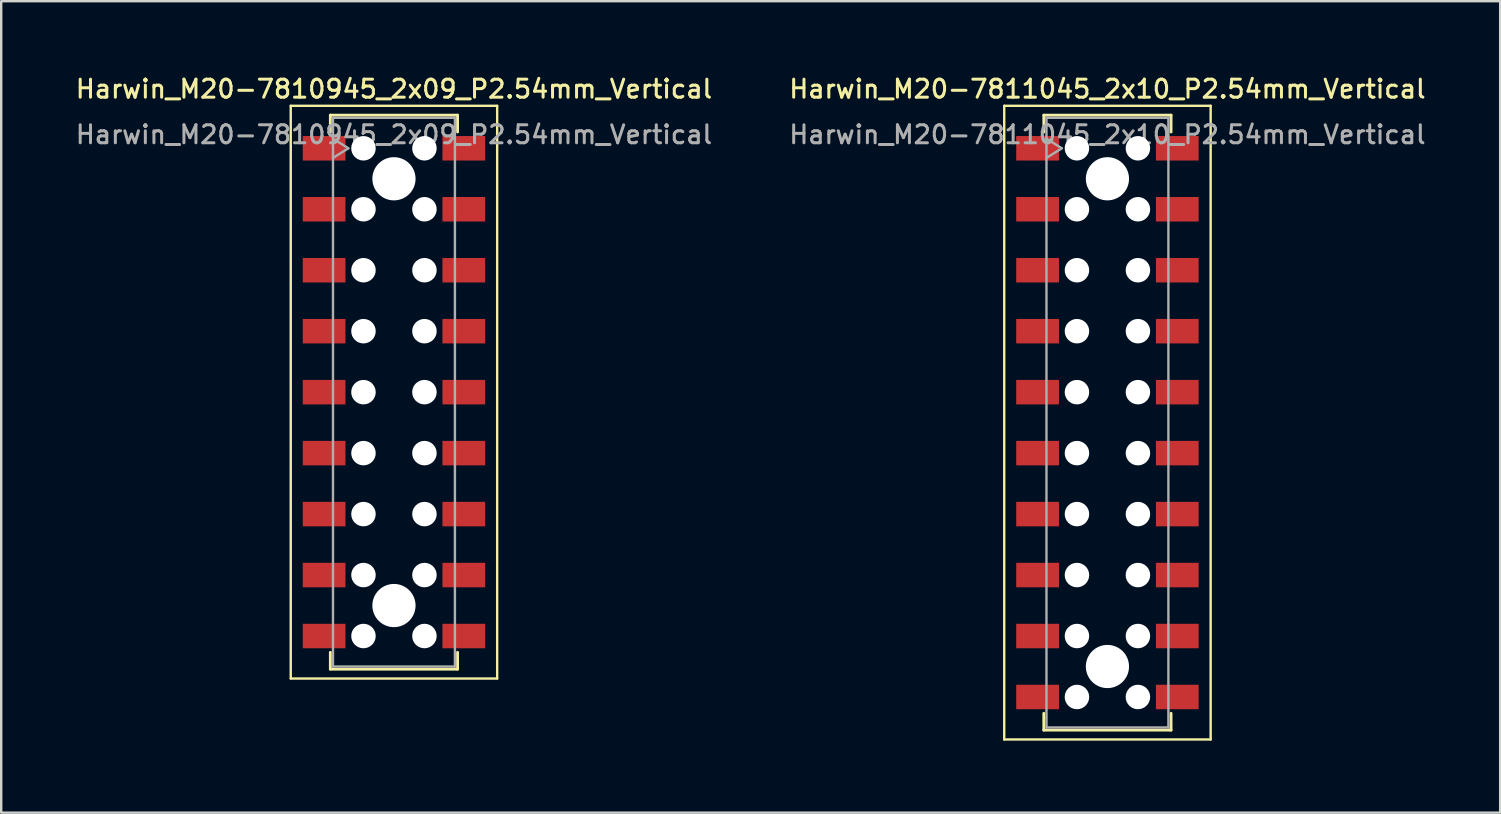
<source format=kicad_pcb>
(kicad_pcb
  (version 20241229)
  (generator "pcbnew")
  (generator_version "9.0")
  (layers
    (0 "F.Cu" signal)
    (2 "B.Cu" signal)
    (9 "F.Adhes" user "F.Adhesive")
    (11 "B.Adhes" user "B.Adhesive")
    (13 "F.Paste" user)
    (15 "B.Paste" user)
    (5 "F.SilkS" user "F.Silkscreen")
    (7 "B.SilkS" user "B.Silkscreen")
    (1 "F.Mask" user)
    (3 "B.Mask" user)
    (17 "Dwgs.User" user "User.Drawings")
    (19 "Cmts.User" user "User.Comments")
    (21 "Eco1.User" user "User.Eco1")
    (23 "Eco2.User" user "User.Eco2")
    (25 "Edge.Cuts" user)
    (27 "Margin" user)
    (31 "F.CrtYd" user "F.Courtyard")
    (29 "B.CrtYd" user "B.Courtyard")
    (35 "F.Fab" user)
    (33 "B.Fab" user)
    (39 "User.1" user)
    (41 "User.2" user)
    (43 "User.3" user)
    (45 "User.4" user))
  (footprint "Harwin_M20-7811045_2x10_P2.54mm_Vertical"
    (layer "F.Cu")
    (at 43.088 14.558)
    (property "Reference" "Harwin_M20-7811045_2x10_P2.54mm_Vertical" (at 0 -13.9 0) (layer "F.SilkS") (effects (font (size 0.75 0.75) (thickness 0.125))))
    (attr smd)
    (fp_line (start -4.3 -13.2) (end 4.3 -13.2) (stroke (width 0.1) (type solid)) (layer "F.SilkS"))
    (fp_line (start -4.3 13.2) (end -4.3 -13.2) (stroke (width 0.1) (type solid)) (layer "F.SilkS"))
    (fp_line (start -2.65 -12.81) (end 2.65 -12.81) (stroke (width 0.12) (type solid)) (layer "F.SilkS"))
    (fp_line (start -2.65 -12.11) (end -2.65 -12.81) (stroke (width 0.12) (type solid)) (layer "F.SilkS"))
    (fp_line (start -2.65 12.11) (end -2.65 12.81) (stroke (width 0.12) (type solid)) (layer "F.SilkS"))
    (fp_line (start -2.65 12.81) (end 2.65 12.81) (stroke (width 0.12) (type solid)) (layer "F.SilkS"))
    (fp_line (start 2.65 -12.81) (end 2.65 -12.11) (stroke (width 0.12) (type solid)) (layer "F.SilkS"))
    (fp_line (start 2.65 12.81) (end 2.65 12.11) (stroke (width 0.12) (type solid)) (layer "F.SilkS"))
    (fp_line (start 4.3 -13.2) (end 4.3 13.2) (stroke (width 0.1) (type solid)) (layer "F.SilkS"))
    (fp_line (start 4.3 13.2) (end -4.3 13.2) (stroke (width 0.1) (type solid)) (layer "F.SilkS"))
    (fp_line (start -2.54 -12.7) (end 2.54 -12.7) (stroke (width 0.1) (type solid)) (layer "F.Fab"))
    (fp_line (start -2.54 -11.83) (end -1.9 -11.43) (stroke (width 0.1) (type solid)) (layer "F.Fab"))
    (fp_line (start -2.54 12.7) (end -2.54 -12.7) (stroke (width 0.1) (type solid)) (layer "F.Fab"))
    (fp_line (start -1.9 -11.43) (end -2.54 -11.03) (stroke (width 0.1) (type solid)) (layer "F.Fab"))
    (fp_line (start 2.54 -12.7) (end 2.54 12.7) (stroke (width 0.1) (type solid)) (layer "F.Fab"))
    (fp_line (start 2.54 12.7) (end -2.54 12.7) (stroke (width 0.1) (type solid)) (layer "F.Fab"))
    (fp_text user "${REFERENCE}" (at 0 -12 0) (layer "F.Fab") (effects (font (size 0.75 0.75) (thickness 0.125))))
    (pad "" np_thru_hole circle (at -1.27 -11.43) (size 1.02 1.02) (drill 1.02) (layers "*.Cu" "*.Mask"))
    (pad "" np_thru_hole circle (at -1.27 -8.89) (size 1.02 1.02) (drill 1.02) (layers "*.Cu" "*.Mask"))
    (pad "" np_thru_hole circle (at -1.27 -6.35) (size 1.02 1.02) (drill 1.02) (layers "*.Cu" "*.Mask"))
    (pad "" np_thru_hole circle (at -1.27 -3.81) (size 1.02 1.02) (drill 1.02) (layers "*.Cu" "*.Mask"))
    (pad "" np_thru_hole circle (at -1.27 -1.27) (size 1.02 1.02) (drill 1.02) (layers "*.Cu" "*.Mask"))
    (pad "" np_thru_hole circle (at -1.27 1.27) (size 1.02 1.02) (drill 1.02) (layers "*.Cu" "*.Mask"))
    (pad "" np_thru_hole circle (at -1.27 3.81) (size 1.02 1.02) (drill 1.02) (layers "*.Cu" "*.Mask"))
    (pad "" np_thru_hole circle (at -1.27 6.35) (size 1.02 1.02) (drill 1.02) (layers "*.Cu" "*.Mask"))
    (pad "" np_thru_hole circle (at -1.27 8.89) (size 1.02 1.02) (drill 1.02) (layers "*.Cu" "*.Mask"))
    (pad "" np_thru_hole circle (at -1.27 11.43) (size 1.02 1.02) (drill 1.02) (layers "*.Cu" "*.Mask"))
    (pad "" np_thru_hole circle (at 0 -10.16) (size 1.8 1.8) (drill 1.8) (layers "*.Cu" "*.Mask"))
    (pad "" np_thru_hole circle (at 0 10.16) (size 1.8 1.8) (drill 1.8) (layers "*.Cu" "*.Mask"))
    (pad "" np_thru_hole circle (at 1.27 -11.43) (size 1.02 1.02) (drill 1.02) (layers "*.Cu" "*.Mask"))
    (pad "" np_thru_hole circle (at 1.27 -8.89) (size 1.02 1.02) (drill 1.02) (layers "*.Cu" "*.Mask"))
    (pad "" np_thru_hole circle (at 1.27 -6.35) (size 1.02 1.02) (drill 1.02) (layers "*.Cu" "*.Mask"))
    (pad "" np_thru_hole circle (at 1.27 -3.81) (size 1.02 1.02) (drill 1.02) (layers "*.Cu" "*.Mask"))
    (pad "" np_thru_hole circle (at 1.27 -1.27) (size 1.02 1.02) (drill 1.02) (layers "*.Cu" "*.Mask"))
    (pad "" np_thru_hole circle (at 1.27 1.27) (size 1.02 1.02) (drill 1.02) (layers "*.Cu" "*.Mask"))
    (pad "" np_thru_hole circle (at 1.27 3.81) (size 1.02 1.02) (drill 1.02) (layers "*.Cu" "*.Mask"))
    (pad "" np_thru_hole circle (at 1.27 6.35) (size 1.02 1.02) (drill 1.02) (layers "*.Cu" "*.Mask"))
    (pad "" np_thru_hole circle (at 1.27 8.89) (size 1.02 1.02) (drill 1.02) (layers "*.Cu" "*.Mask"))
    (pad "" np_thru_hole circle (at 1.27 11.43) (size 1.02 1.02) (drill 1.02) (layers "*.Cu" "*.Mask"))
    (pad "1" smd rect (at -2.91 -11.43) (size 1.78 1.02) (layers "F.Cu" "F.Mask" "F.Paste"))
    (pad "2" smd rect (at -2.91 -8.89) (size 1.78 1.02) (layers "F.Cu" "F.Mask" "F.Paste"))
    (pad "3" smd rect (at -2.91 -6.35) (size 1.78 1.02) (layers "F.Cu" "F.Mask" "F.Paste"))
    (pad "4" smd rect (at -2.91 -3.81) (size 1.78 1.02) (layers "F.Cu" "F.Mask" "F.Paste"))
    (pad "5" smd rect (at -2.91 -1.27) (size 1.78 1.02) (layers "F.Cu" "F.Mask" "F.Paste"))
    (pad "6" smd rect (at -2.91 1.27) (size 1.78 1.02) (layers "F.Cu" "F.Mask" "F.Paste"))
    (pad "7" smd rect (at -2.91 3.81) (size 1.78 1.02) (layers "F.Cu" "F.Mask" "F.Paste"))
    (pad "8" smd rect (at -2.91 6.35) (size 1.78 1.02) (layers "F.Cu" "F.Mask" "F.Paste"))
    (pad "9" smd rect (at -2.91 8.89) (size 1.78 1.02) (layers "F.Cu" "F.Mask" "F.Paste"))
    (pad "10" smd rect (at -2.91 11.43) (size 1.78 1.02) (layers "F.Cu" "F.Mask" "F.Paste"))
    (pad "11" smd rect (at 2.91 -11.43) (size 1.78 1.02) (layers "F.Cu" "F.Mask" "F.Paste"))
    (pad "12" smd rect (at 2.91 -8.89) (size 1.78 1.02) (layers "F.Cu" "F.Mask" "F.Paste"))
    (pad "13" smd rect (at 2.91 -6.35) (size 1.78 1.02) (layers "F.Cu" "F.Mask" "F.Paste"))
    (pad "14" smd rect (at 2.91 -3.81) (size 1.78 1.02) (layers "F.Cu" "F.Mask" "F.Paste"))
    (pad "15" smd rect (at 2.91 -1.27) (size 1.78 1.02) (layers "F.Cu" "F.Mask" "F.Paste"))
    (pad "16" smd rect (at 2.91 1.27) (size 1.78 1.02) (layers "F.Cu" "F.Mask" "F.Paste"))
    (pad "17" smd rect (at 2.91 3.81) (size 1.78 1.02) (layers "F.Cu" "F.Mask" "F.Paste"))
    (pad "18" smd rect (at 2.91 6.35) (size 1.78 1.02) (layers "F.Cu" "F.Mask" "F.Paste"))
    (pad "19" smd rect (at 2.91 8.89) (size 1.78 1.02) (layers "F.Cu" "F.Mask" "F.Paste"))
    (pad "20" smd rect (at 2.91 11.43) (size 1.78 1.02) (layers "F.Cu" "F.Mask" "F.Paste")))
  (footprint "Harwin_M20-7810945_2x09_P2.54mm_Vertical"
    (layer "F.Cu")
    (at 13.363 13.288)
    (property "Reference" "Harwin_M20-7810945_2x09_P2.54mm_Vertical" (at 0 -12.63 0) (layer "F.SilkS") (effects (font (size 0.75 0.75) (thickness 0.125))))
    (attr smd)
    (fp_line (start -4.3 -11.93) (end 4.3 -11.93) (stroke (width 0.1) (type solid)) (layer "F.SilkS"))
    (fp_line (start -4.3 11.93) (end -4.3 -11.93) (stroke (width 0.1) (type solid)) (layer "F.SilkS"))
    (fp_line (start -2.65 -11.54) (end 2.65 -11.54) (stroke (width 0.12) (type solid)) (layer "F.SilkS"))
    (fp_line (start -2.65 -10.84) (end -2.65 -11.54) (stroke (width 0.12) (type solid)) (layer "F.SilkS"))
    (fp_line (start -2.65 10.84) (end -2.65 11.54) (stroke (width 0.12) (type solid)) (layer "F.SilkS"))
    (fp_line (start -2.65 11.54) (end 2.65 11.54) (stroke (width 0.12) (type solid)) (layer "F.SilkS"))
    (fp_line (start 2.65 -11.54) (end 2.65 -10.84) (stroke (width 0.12) (type solid)) (layer "F.SilkS"))
    (fp_line (start 2.65 11.54) (end 2.65 10.84) (stroke (width 0.12) (type solid)) (layer "F.SilkS"))
    (fp_line (start 4.3 -11.93) (end 4.3 11.93) (stroke (width 0.1) (type solid)) (layer "F.SilkS"))
    (fp_line (start 4.3 11.93) (end -4.3 11.93) (stroke (width 0.1) (type solid)) (layer "F.SilkS"))
    (fp_line (start -2.54 -11.43) (end 2.54 -11.43) (stroke (width 0.1) (type solid)) (layer "F.Fab"))
    (fp_line (start -2.54 -10.56) (end -1.9 -10.16) (stroke (width 0.1) (type solid)) (layer "F.Fab"))
    (fp_line (start -2.54 11.43) (end -2.54 -11.43) (stroke (width 0.1) (type solid)) (layer "F.Fab"))
    (fp_line (start -1.9 -10.16) (end -2.54 -9.76) (stroke (width 0.1) (type solid)) (layer "F.Fab"))
    (fp_line (start 2.54 -11.43) (end 2.54 11.43) (stroke (width 0.1) (type solid)) (layer "F.Fab"))
    (fp_line (start 2.54 11.43) (end -2.54 11.43) (stroke (width 0.1) (type solid)) (layer "F.Fab"))
    (fp_text user "${REFERENCE}" (at 0 -10.73 0) (layer "F.Fab") (effects (font (size 0.75 0.75) (thickness 0.125))))
    (pad "" np_thru_hole circle (at -1.27 -10.16) (size 1.02 1.02) (drill 1.02) (layers "*.Cu" "*.Mask"))
    (pad "" np_thru_hole circle (at -1.27 -7.62) (size 1.02 1.02) (drill 1.02) (layers "*.Cu" "*.Mask"))
    (pad "" np_thru_hole circle (at -1.27 -5.08) (size 1.02 1.02) (drill 1.02) (layers "*.Cu" "*.Mask"))
    (pad "" np_thru_hole circle (at -1.27 -2.54) (size 1.02 1.02) (drill 1.02) (layers "*.Cu" "*.Mask"))
    (pad "" np_thru_hole circle (at -1.27 0) (size 1.02 1.02) (drill 1.02) (layers "*.Cu" "*.Mask"))
    (pad "" np_thru_hole circle (at -1.27 2.54) (size 1.02 1.02) (drill 1.02) (layers "*.Cu" "*.Mask"))
    (pad "" np_thru_hole circle (at -1.27 5.08) (size 1.02 1.02) (drill 1.02) (layers "*.Cu" "*.Mask"))
    (pad "" np_thru_hole circle (at -1.27 7.62) (size 1.02 1.02) (drill 1.02) (layers "*.Cu" "*.Mask"))
    (pad "" np_thru_hole circle (at -1.27 10.16) (size 1.02 1.02) (drill 1.02) (layers "*.Cu" "*.Mask"))
    (pad "" np_thru_hole circle (at 0 -8.89) (size 1.8 1.8) (drill 1.8) (layers "*.Cu" "*.Mask"))
    (pad "" np_thru_hole circle (at 0 8.89) (size 1.8 1.8) (drill 1.8) (layers "*.Cu" "*.Mask"))
    (pad "" np_thru_hole circle (at 1.27 -10.16) (size 1.02 1.02) (drill 1.02) (layers "*.Cu" "*.Mask"))
    (pad "" np_thru_hole circle (at 1.27 -7.62) (size 1.02 1.02) (drill 1.02) (layers "*.Cu" "*.Mask"))
    (pad "" np_thru_hole circle (at 1.27 -5.08) (size 1.02 1.02) (drill 1.02) (layers "*.Cu" "*.Mask"))
    (pad "" np_thru_hole circle (at 1.27 -2.54) (size 1.02 1.02) (drill 1.02) (layers "*.Cu" "*.Mask"))
    (pad "" np_thru_hole circle (at 1.27 0) (size 1.02 1.02) (drill 1.02) (layers "*.Cu" "*.Mask"))
    (pad "" np_thru_hole circle (at 1.27 2.54) (size 1.02 1.02) (drill 1.02) (layers "*.Cu" "*.Mask"))
    (pad "" np_thru_hole circle (at 1.27 5.08) (size 1.02 1.02) (drill 1.02) (layers "*.Cu" "*.Mask"))
    (pad "" np_thru_hole circle (at 1.27 7.62) (size 1.02 1.02) (drill 1.02) (layers "*.Cu" "*.Mask"))
    (pad "" np_thru_hole circle (at 1.27 10.16) (size 1.02 1.02) (drill 1.02) (layers "*.Cu" "*.Mask"))
    (pad "1" smd rect (at -2.91 -10.16) (size 1.78 1.02) (layers "F.Cu" "F.Mask" "F.Paste"))
    (pad "2" smd rect (at -2.91 -7.62) (size 1.78 1.02) (layers "F.Cu" "F.Mask" "F.Paste"))
    (pad "3" smd rect (at -2.91 -5.08) (size 1.78 1.02) (layers "F.Cu" "F.Mask" "F.Paste"))
    (pad "4" smd rect (at -2.91 -2.54) (size 1.78 1.02) (layers "F.Cu" "F.Mask" "F.Paste"))
    (pad "5" smd rect (at -2.91 0) (size 1.78 1.02) (layers "F.Cu" "F.Mask" "F.Paste"))
    (pad "6" smd rect (at -2.91 2.54) (size 1.78 1.02) (layers "F.Cu" "F.Mask" "F.Paste"))
    (pad "7" smd rect (at -2.91 5.08) (size 1.78 1.02) (layers "F.Cu" "F.Mask" "F.Paste"))
    (pad "8" smd rect (at -2.91 7.62) (size 1.78 1.02) (layers "F.Cu" "F.Mask" "F.Paste"))
    (pad "9" smd rect (at -2.91 10.16) (size 1.78 1.02) (layers "F.Cu" "F.Mask" "F.Paste"))
    (pad "10" smd rect (at 2.91 -10.16) (size 1.78 1.02) (layers "F.Cu" "F.Mask" "F.Paste"))
    (pad "11" smd rect (at 2.91 -7.62) (size 1.78 1.02) (layers "F.Cu" "F.Mask" "F.Paste"))
    (pad "12" smd rect (at 2.91 -5.08) (size 1.78 1.02) (layers "F.Cu" "F.Mask" "F.Paste"))
    (pad "13" smd rect (at 2.91 -2.54) (size 1.78 1.02) (layers "F.Cu" "F.Mask" "F.Paste"))
    (pad "14" smd rect (at 2.91 0) (size 1.78 1.02) (layers "F.Cu" "F.Mask" "F.Paste"))
    (pad "15" smd rect (at 2.91 2.54) (size 1.78 1.02) (layers "F.Cu" "F.Mask" "F.Paste"))
    (pad "16" smd rect (at 2.91 5.08) (size 1.78 1.02) (layers "F.Cu" "F.Mask" "F.Paste"))
    (pad "17" smd rect (at 2.91 7.62) (size 1.78 1.02) (layers "F.Cu" "F.Mask" "F.Paste"))
    (pad "18" smd rect (at 2.91 10.16) (size 1.78 1.02) (layers "F.Cu" "F.Mask" "F.Paste")))
  (gr_rect
    (start -3 -3)
    (end 59.45 30.808)
    (stroke (width 0.1) (type default))
    (fill no)
    (layer "Edge.Cuts")))
</source>
